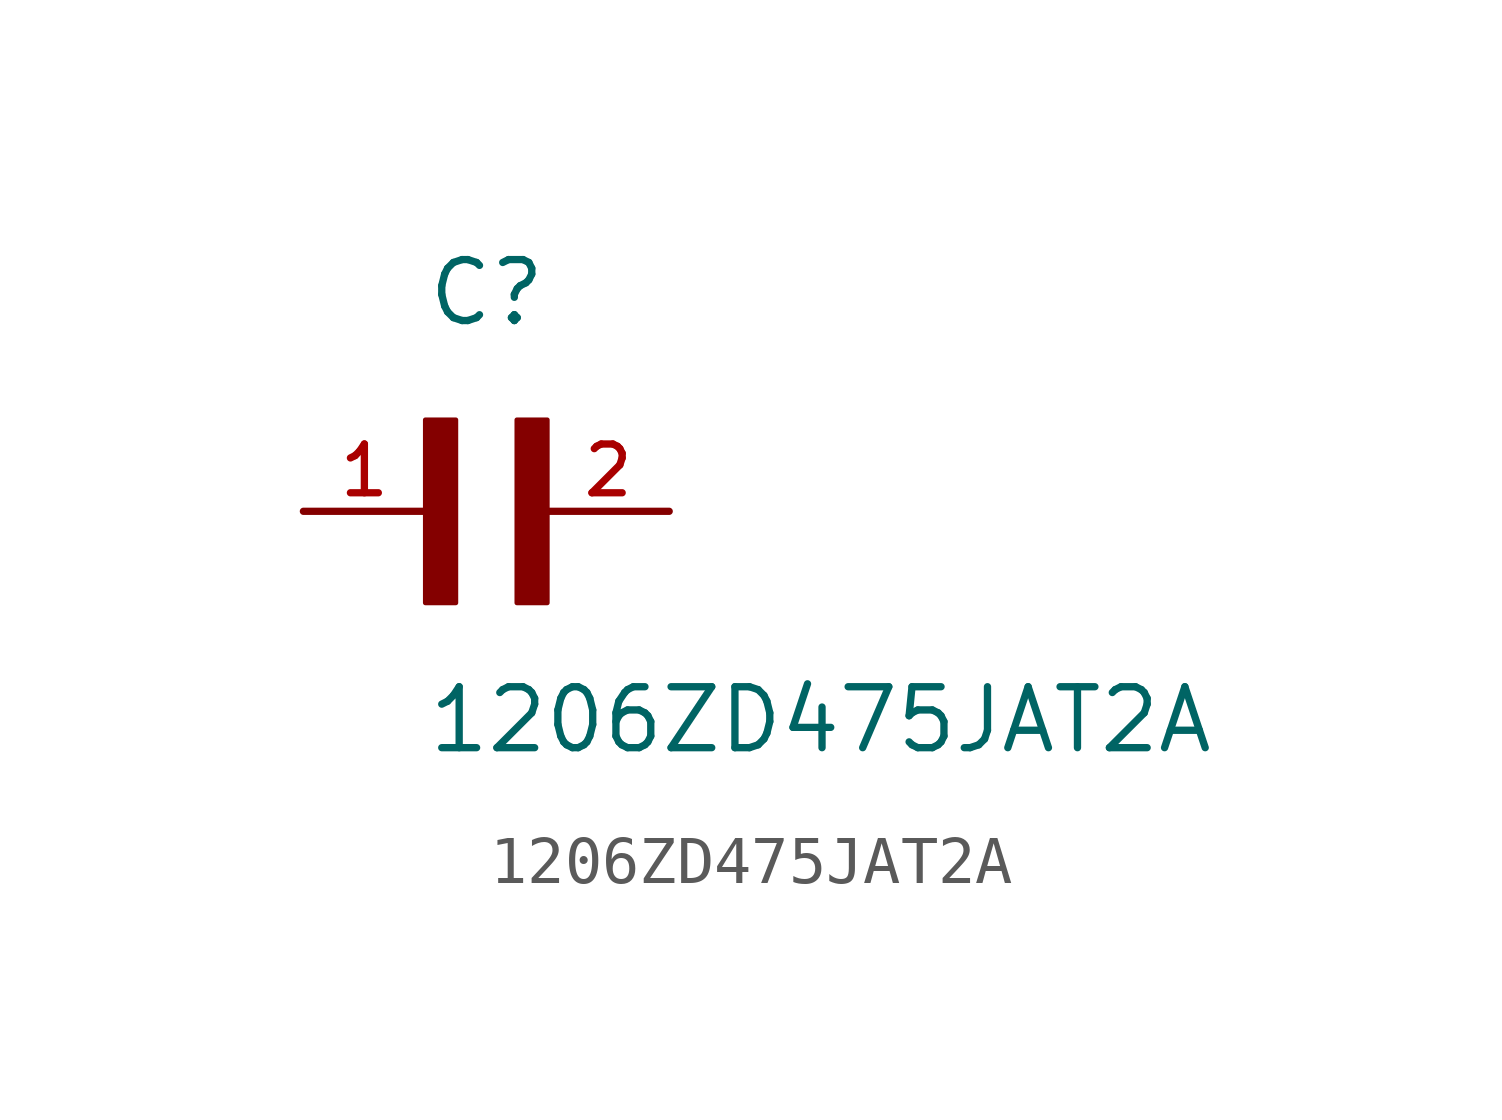
<source format=kicad_sym>
(kicad_symbol_lib
  (version 20211014)
  (generator kicad_symbol_editor)
  (symbol "1206ZD475JAT2A"
    (pin_names
      (offset 1.016))
    (property "Reference" "C"
      (at 0.0 3.811 0)
      (effects (font (size 1.27 1.27)) (justify bottom left)))
    (property "Value" "1206ZD475JAT2A"
      (at 0.0 -5.088 0)
      (effects (font (size 1.27 1.27)) (justify bottom left)))
    (symbol "1206ZD475JAT2A_0_0"
      (rectangle (start 0.0 -1.907) (end 0.635 1.905) (stroke (width 0.1)) (fill (type outline)))
      (rectangle (start 1.907 -1.907) (end 2.54 1.905) (stroke (width 0.1)) (fill (type outline)))
      (pin passive line (at 5.08 0.0 180.0) (length 2.54) (name "~" (effects (font (size 1.016 1.016)))) (number "2" (effects (font (size 1.016 1.016)))))
      (pin passive line (at -2.54 0.0 0) (length 2.54) (name "~" (effects (font (size 1.016 1.016)))) (number "1" (effects (font (size 1.016 1.016))))))))
</source>
